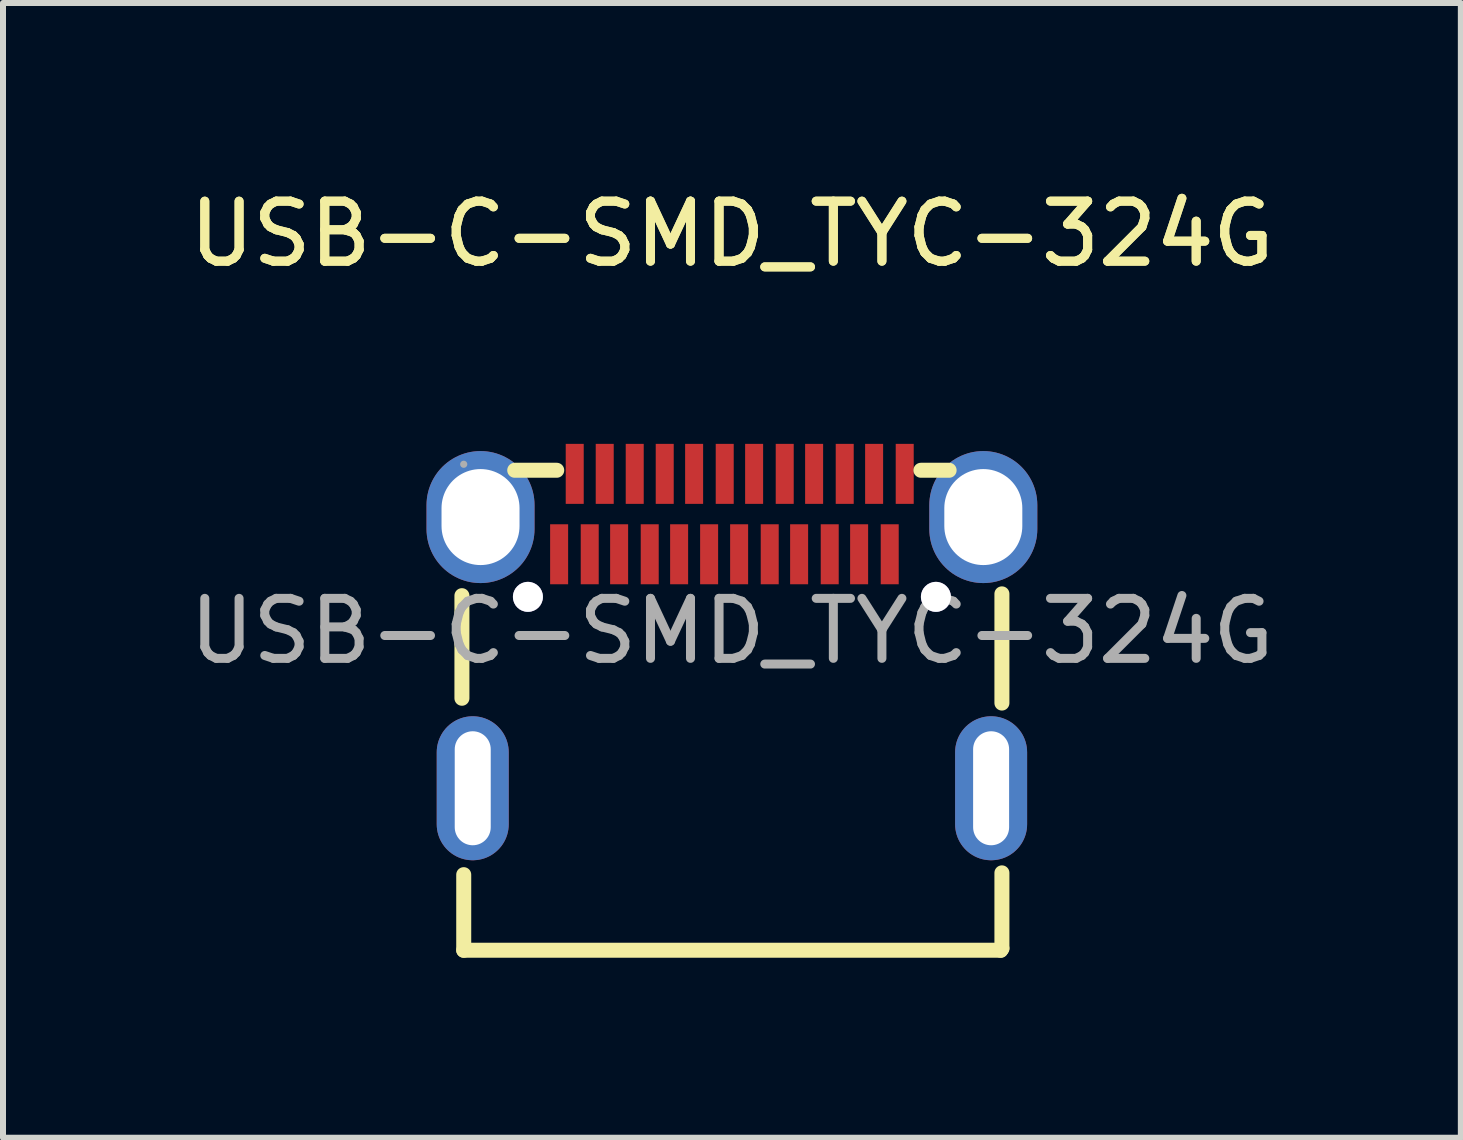
<source format=kicad_pcb>
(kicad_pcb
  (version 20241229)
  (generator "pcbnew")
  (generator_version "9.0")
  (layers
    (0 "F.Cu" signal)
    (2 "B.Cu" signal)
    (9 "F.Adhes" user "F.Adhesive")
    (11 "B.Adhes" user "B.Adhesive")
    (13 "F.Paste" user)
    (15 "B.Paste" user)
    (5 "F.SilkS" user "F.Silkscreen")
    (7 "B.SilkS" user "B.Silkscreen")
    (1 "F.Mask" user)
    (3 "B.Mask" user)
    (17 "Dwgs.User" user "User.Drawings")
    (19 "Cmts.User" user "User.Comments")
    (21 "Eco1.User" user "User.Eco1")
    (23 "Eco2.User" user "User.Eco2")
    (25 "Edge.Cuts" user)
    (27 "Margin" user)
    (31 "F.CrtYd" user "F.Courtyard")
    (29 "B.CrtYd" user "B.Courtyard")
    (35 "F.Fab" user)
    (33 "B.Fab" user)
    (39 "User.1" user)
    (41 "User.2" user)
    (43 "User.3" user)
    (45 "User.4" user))
  (footprint "USB-C-SMD_TYC-324G"
    (layer "F.Cu")
    (at 9.149 7.468)
    (property "Reference" "USB-C-SMD_TYC-324G" (at 0 -6.62 0) (layer "F.SilkS") (effects (font (size 1 1) (thickness 0.15))))
    (attr smd)
    (fp_line (start -4.5 -0.59) (end -4.5 1.12) (stroke (width 0.25) (type solid)) (layer "F.SilkS"))
    (fp_line (start -4.47 5.32) (end -4.47 4.06) (stroke (width 0.25) (type solid)) (layer "F.SilkS"))
    (fp_line (start -4.47 5.32) (end 4.48 5.32) (stroke (width 0.25) (type solid)) (layer "F.SilkS"))
    (fp_line (start -2.92 -2.68) (end -3.62 -2.68) (stroke (width 0.25) (type solid)) (layer "F.SilkS"))
    (fp_line (start 3.15 -2.68) (end 3.62 -2.68) (stroke (width 0.25) (type solid)) (layer "F.SilkS"))
    (fp_line (start 4.48 5.32) (end 4.5 5.29) (stroke (width 0.25) (type solid)) (layer "F.SilkS"))
    (fp_line (start 4.5 -0.62) (end 4.5 1.2) (stroke (width 0.25) (type solid)) (layer "F.SilkS"))
    (fp_line (start 4.5 5.29) (end 4.5 4.03) (stroke (width 0.25) (type solid)) (layer "F.SilkS"))
    (fp_circle (center -3.4 -0.57) (end -3.3 -0.57) (stroke (width 0.2) (type solid)) (fill no) (layer "Cmts.User"))
    (fp_circle (center 3.4 -0.57) (end 3.5 -0.57) (stroke (width 0.2) (type solid)) (fill no) (layer "Cmts.User"))
    (fp_circle (center -4.47 -2.78) (end -4.44 -2.78) (stroke (width 0.06) (type solid)) (fill no) (layer "F.Fab"))
    (fp_text user "${REFERENCE}" (at 0 -6.62 0) (layer "F.SilkS") (effects (font (size 1 1) (thickness 0.15))))
    (fp_text user "${REFERENCE}" (at 0 0 0) (layer "F.Fab") (effects (font (size 1 1) (thickness 0.15))))
    (pad "" thru_hole circle (at -3.4 -0.57) (size 0.5 0.5) (drill 0.5) (layers "*.Cu" "*.Mask"))
    (pad "" thru_hole circle (at 3.4 -0.57) (size 0.5 0.5) (drill 0.5) (layers "*.Cu" "*.Mask"))
    (pad "1" thru_hole oval (at -4.19 -1.9) (size 1.8 2.2) (drill oval 1.3 1.6) (layers "*.Cu" "*.Mask"))
    (pad "2" thru_hole oval (at -4.32 2.62 90) (size 2.4 1.2) (drill oval 1.9 0.6) (layers "*.Cu" "*.Mask"))
    (pad "3" thru_hole oval (at 4.32 2.62 90) (size 2.4 1.2) (drill oval 1.9 0.6) (layers "*.Cu" "*.Mask"))
    (pad "4" thru_hole oval (at 4.19 -1.9) (size 1.8 2.2) (drill oval 1.3 1.6) (layers "*.Cu" "*.Mask"))
    (pad "A1" smd rect (at -2.62 -2.62) (size 0.3 1) (layers "F.Cu" "F.Mask" "F.Paste"))
    (pad "A2" smd rect (at -2.12 -2.62) (size 0.3 1) (layers "F.Cu" "F.Mask" "F.Paste"))
    (pad "A3" smd rect (at -1.62 -2.62) (size 0.3 1) (layers "F.Cu" "F.Mask" "F.Paste"))
    (pad "A4" smd rect (at -1.12 -2.62) (size 0.3 1) (layers "F.Cu" "F.Mask" "F.Paste"))
    (pad "A5" smd rect (at -0.63 -2.62) (size 0.3 1) (layers "F.Cu" "F.Mask" "F.Paste"))
    (pad "A6" smd rect (at -0.12 -2.62) (size 0.3 1) (layers "F.Cu" "F.Mask" "F.Paste"))
    (pad "A7" smd rect (at 0.37 -2.62) (size 0.3 1) (layers "F.Cu" "F.Mask" "F.Paste"))
    (pad "A8" smd rect (at 0.88 -2.62) (size 0.3 1) (layers "F.Cu" "F.Mask" "F.Paste"))
    (pad "A9" smd rect (at 1.37 -2.62) (size 0.3 1) (layers "F.Cu" "F.Mask" "F.Paste"))
    (pad "A10" smd rect (at 1.88 -2.62) (size 0.3 1) (layers "F.Cu" "F.Mask" "F.Paste"))
    (pad "A11" smd rect (at 2.37 -2.62) (size 0.3 1) (layers "F.Cu" "F.Mask" "F.Paste"))
    (pad "A12" smd rect (at 2.88 -2.62) (size 0.3 1) (layers "F.Cu" "F.Mask" "F.Paste"))
    (pad "B1" smd rect (at 2.63 -1.28) (size 0.3 1) (layers "F.Cu" "F.Mask" "F.Paste"))
    (pad "B2" smd rect (at 2.12 -1.28) (size 0.3 1) (layers "F.Cu" "F.Mask" "F.Paste"))
    (pad "B3" smd rect (at 1.63 -1.28) (size 0.3 1) (layers "F.Cu" "F.Mask" "F.Paste"))
    (pad "B4" smd rect (at 1.12 -1.28) (size 0.3 1) (layers "F.Cu" "F.Mask" "F.Paste"))
    (pad "B5" smd rect (at 0.63 -1.28) (size 0.3 1) (layers "F.Cu" "F.Mask" "F.Paste"))
    (pad "B6" smd rect (at 0.12 -1.28) (size 0.3 1) (layers "F.Cu" "F.Mask" "F.Paste"))
    (pad "B7" smd rect (at -0.38 -1.28) (size 0.3 1) (layers "F.Cu" "F.Mask" "F.Paste"))
    (pad "B8" smd rect (at -0.88 -1.28) (size 0.3 1) (layers "F.Cu" "F.Mask" "F.Paste"))
    (pad "B9" smd rect (at -1.37 -1.28) (size 0.3 1) (layers "F.Cu" "F.Mask" "F.Paste"))
    (pad "B10" smd rect (at -1.88 -1.28) (size 0.3 1) (layers "F.Cu" "F.Mask" "F.Paste"))
    (pad "B11" smd rect (at -2.37 -1.28) (size 0.3 1) (layers "F.Cu" "F.Mask" "F.Paste"))
    (pad "B12" smd rect (at -2.88 -1.28) (size 0.3 1) (layers "F.Cu" "F.Mask" "F.Paste")))
  (gr_rect
    (start -3 -3)
    (end 21.298 15.913)
    (stroke (width 0.1) (type default))
    (fill no)
    (layer "Edge.Cuts")))
</source>
